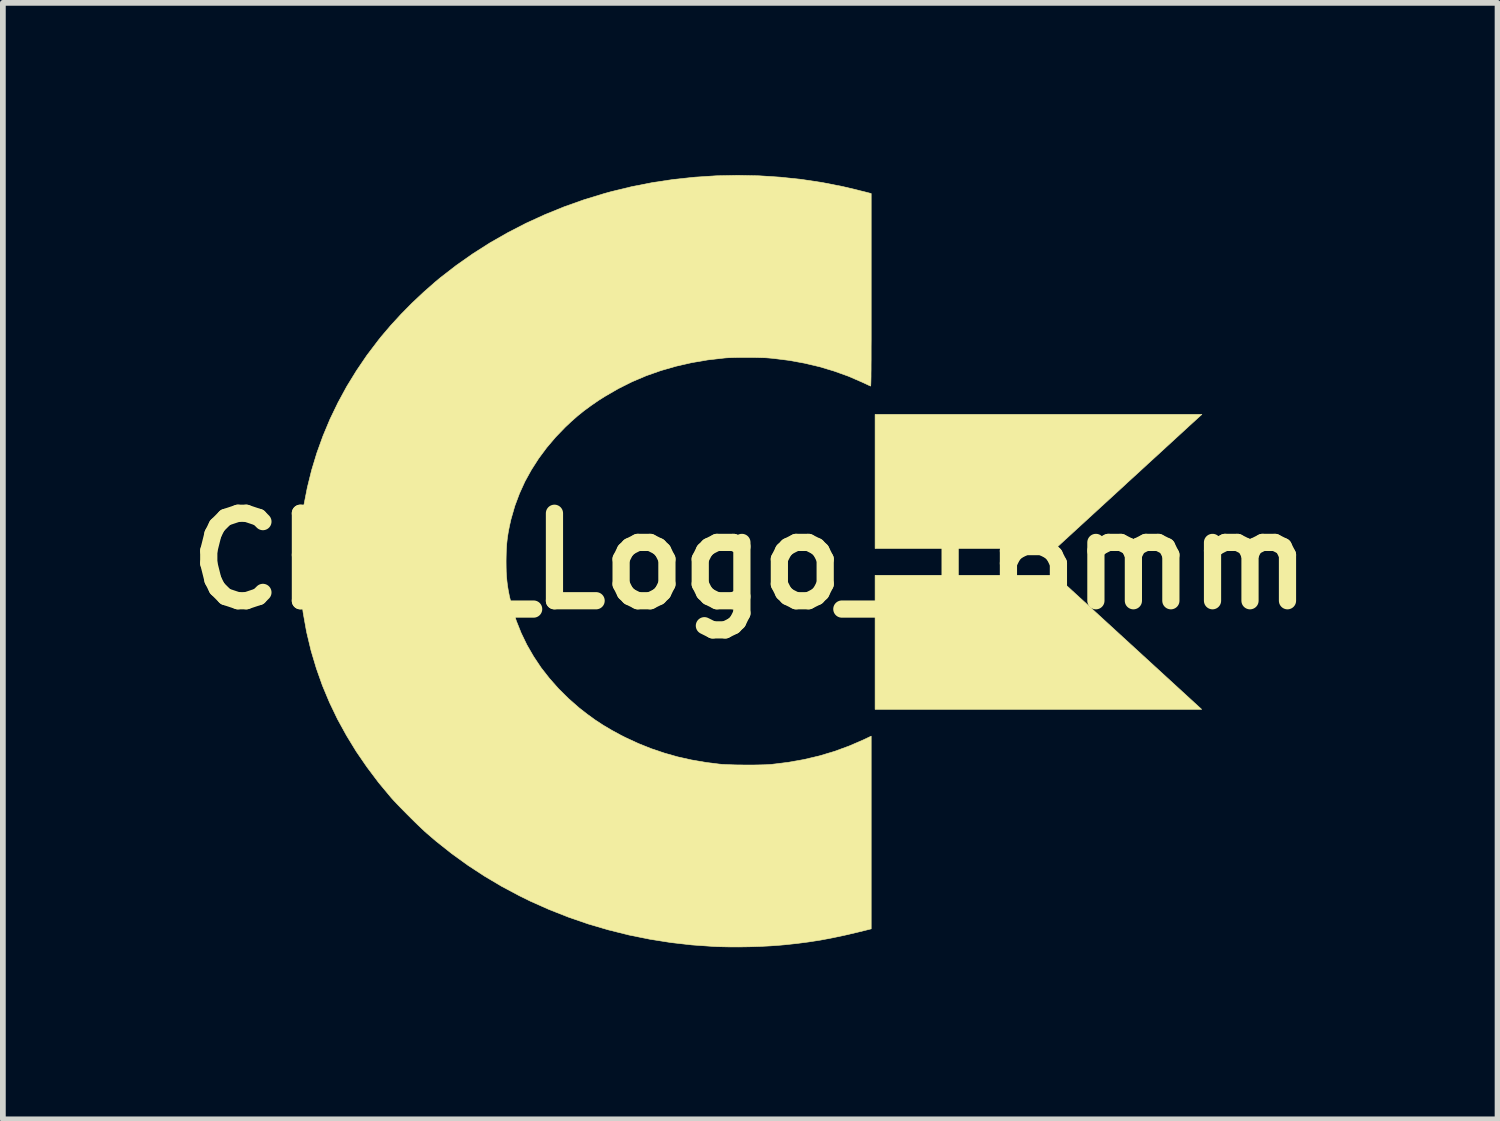
<source format=kicad_pcb>
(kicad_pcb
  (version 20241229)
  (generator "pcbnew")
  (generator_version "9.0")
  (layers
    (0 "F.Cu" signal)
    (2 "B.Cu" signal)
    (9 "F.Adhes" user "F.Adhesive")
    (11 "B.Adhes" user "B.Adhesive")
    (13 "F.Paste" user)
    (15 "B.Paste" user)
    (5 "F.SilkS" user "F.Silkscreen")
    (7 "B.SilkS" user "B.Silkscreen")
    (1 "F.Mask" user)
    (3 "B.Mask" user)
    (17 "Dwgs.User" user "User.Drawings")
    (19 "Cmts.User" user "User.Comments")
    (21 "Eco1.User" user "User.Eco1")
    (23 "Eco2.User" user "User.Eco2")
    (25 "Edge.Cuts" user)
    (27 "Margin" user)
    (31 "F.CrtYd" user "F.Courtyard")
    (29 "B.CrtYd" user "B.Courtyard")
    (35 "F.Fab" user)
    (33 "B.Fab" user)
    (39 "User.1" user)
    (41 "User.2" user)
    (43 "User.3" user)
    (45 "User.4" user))
  (footprint "CBM_Logo_16mm"
    (layer "F.Cu")
    (at 10.022 6.728)
    (property "Reference" "CBM_Logo_16mm" (at 0 0 0) (layer "F.SilkS") (effects (font (size 1.524 1.524) (thickness 0.3))))
    (attr through_hole)
    (fp_poly (pts (xy 7.866 2.582) (xy 2.176 2.582) (xy 2.176 0.246) (xy 5.317 0.246) (xy 7.866 2.582)) (stroke (width 0.01) (type solid)) (fill yes) (layer "F.SilkS"))
    (fp_poly (pts (xy 5.023 -2.557) (xy 7.87 -2.557) (xy 7.819 -2.511) (xy 7.808 -2.501) (xy 7.785 -2.48) (xy 7.75 -2.448) (xy 7.705 -2.407) (xy 7.65 -2.357) (xy 7.586 -2.298) (xy 7.513 -2.231) (xy 7.432 -2.157) (xy 7.344 -2.076) (xy 7.248 -1.988) (xy 7.147 -1.895) (xy 7.04 -1.797) (xy 6.928 -1.695) (xy 6.812 -1.588) (xy 6.692 -1.478) (xy 6.569 -1.366) (xy 6.545 -1.343) (xy 5.321 -0.221) (xy 3.749 -0.22) (xy 2.176 -0.22) (xy 2.176 -2.557) (xy 5.023 -2.557)) (stroke (width 0.01) (type solid)) (fill yes) (layer "F.SilkS"))
    (fp_poly (pts (xy 0.154 -6.715) (xy 0.524 -6.691) (xy 0.893 -6.652) (xy 1.258 -6.597) (xy 1.619 -6.526) (xy 1.867 -6.467) (xy 1.921 -6.453) (xy 1.971 -6.441) (xy 2.015 -6.43) (xy 2.049 -6.421) (xy 2.07 -6.416) (xy 2.072 -6.415) (xy 2.108 -6.406) (xy 2.108 -4.726) (xy 2.108 -4.521) (xy 2.108 -4.333) (xy 2.108 -4.16) (xy 2.108 -4.002) (xy 2.108 -3.858) (xy 2.107 -3.729) (xy 2.107 -3.613) (xy 2.107 -3.51) (xy 2.106 -3.419) (xy 2.106 -3.34) (xy 2.105 -3.272) (xy 2.105 -3.214) (xy 2.104 -3.166) (xy 2.103 -3.127) (xy 2.102 -3.097) (xy 2.101 -3.075) (xy 2.1 -3.06) (xy 2.099 -3.052) (xy 2.098 -3.051) (xy 2.087 -3.056) (xy 2.063 -3.066) (xy 2.03 -3.082) (xy 1.989 -3.101) (xy 1.952 -3.118) (xy 1.71 -3.223) (xy 1.462 -3.312) (xy 1.208 -3.388) (xy 0.946 -3.45) (xy 0.676 -3.499) (xy 0.396 -3.534) (xy 0.326 -3.54) (xy 0.276 -3.544) (xy 0.212 -3.546) (xy 0.138 -3.548) (xy 0.056 -3.55) (xy -0.03 -3.55) (xy -0.117 -3.55) (xy -0.202 -3.55) (xy -0.282 -3.548) (xy -0.353 -3.546) (xy -0.413 -3.543) (xy -0.449 -3.54) (xy -0.739 -3.507) (xy -1.02 -3.459) (xy -1.292 -3.397) (xy -1.556 -3.321) (xy -1.812 -3.231) (xy -2.059 -3.126) (xy -2.299 -3.006) (xy -2.532 -2.871) (xy -2.646 -2.799) (xy -2.776 -2.709) (xy -2.896 -2.621) (xy -3.009 -2.53) (xy -3.12 -2.432) (xy -3.221 -2.337) (xy -3.391 -2.161) (xy -3.547 -1.977) (xy -3.688 -1.787) (xy -3.814 -1.59) (xy -3.926 -1.387) (xy -4.021 -1.178) (xy -4.101 -0.964) (xy -4.164 -0.746) (xy -4.169 -0.728) (xy -4.195 -0.612) (xy -4.216 -0.505) (xy -4.232 -0.402) (xy -4.243 -0.298) (xy -4.25 -0.189) (xy -4.253 -0.07) (xy -4.254 0) (xy -4.253 0.101) (xy -4.251 0.19) (xy -4.246 0.271) (xy -4.239 0.346) (xy -4.23 0.422) (xy -4.217 0.502) (xy -4.2 0.59) (xy -4.199 0.597) (xy -4.145 0.82) (xy -4.076 1.039) (xy -3.991 1.252) (xy -3.891 1.459) (xy -3.775 1.66) (xy -3.645 1.855) (xy -3.499 2.042) (xy -3.34 2.222) (xy -3.166 2.394) (xy -2.979 2.558) (xy -2.843 2.664) (xy -2.704 2.765) (xy -2.562 2.858) (xy -2.413 2.946) (xy -2.255 3.032) (xy -2.172 3.074) (xy -1.949 3.177) (xy -1.724 3.267) (xy -1.496 3.344) (xy -1.263 3.41) (xy -1.021 3.464) (xy -0.77 3.507) (xy -0.538 3.536) (xy -0.485 3.541) (xy -0.419 3.544) (xy -0.341 3.547) (xy -0.255 3.55) (xy -0.164 3.551) (xy -0.07 3.552) (xy 0.023 3.552) (xy 0.114 3.551) (xy 0.198 3.549) (xy 0.273 3.547) (xy 0.336 3.543) (xy 0.368 3.541) (xy 0.655 3.506) (xy 0.933 3.457) (xy 1.205 3.393) (xy 1.469 3.314) (xy 1.728 3.219) (xy 1.982 3.109) (xy 1.996 3.102) (xy 2.108 3.049) (xy 2.108 6.407) (xy 1.865 6.467) (xy 1.642 6.519) (xy 1.429 6.564) (xy 1.223 6.603) (xy 1.017 6.635) (xy 0.809 6.662) (xy 0.592 6.685) (xy 0.512 6.692) (xy 0.346 6.704) (xy 0.169 6.713) (xy -0.016 6.719) (xy -0.202 6.722) (xy -0.384 6.721) (xy -0.558 6.717) (xy -0.643 6.713) (xy -1.015 6.687) (xy -1.384 6.645) (xy -1.75 6.587) (xy -2.112 6.514) (xy -2.469 6.425) (xy -2.821 6.322) (xy -3.166 6.203) (xy -3.504 6.07) (xy -3.834 5.923) (xy -4.017 5.833) (xy -4.329 5.667) (xy -4.629 5.489) (xy -4.918 5.3) (xy -5.199 5.097) (xy -5.473 4.88) (xy -5.626 4.749) (xy -5.668 4.712) (xy -5.718 4.665) (xy -5.776 4.61) (xy -5.839 4.549) (xy -5.905 4.484) (xy -5.972 4.417) (xy -6.037 4.351) (xy -6.099 4.288) (xy -6.156 4.229) (xy -6.205 4.177) (xy -6.244 4.134) (xy -6.254 4.123) (xy -6.474 3.859) (xy -6.677 3.589) (xy -6.865 3.315) (xy -7.036 3.035) (xy -7.192 2.751) (xy -7.331 2.461) (xy -7.454 2.167) (xy -7.56 1.867) (xy -7.651 1.563) (xy -7.725 1.254) (xy -7.734 1.211) (xy -7.79 0.897) (xy -7.829 0.583) (xy -7.852 0.268) (xy -7.857 -0.045) (xy -7.847 -0.357) (xy -7.82 -0.668) (xy -7.777 -0.977) (xy -7.717 -1.283) (xy -7.642 -1.586) (xy -7.551 -1.886) (xy -7.444 -2.182) (xy -7.322 -2.474) (xy -7.184 -2.76) (xy -7.031 -3.042) (xy -6.862 -3.317) (xy -6.679 -3.587) (xy -6.48 -3.849) (xy -6.43 -3.912) (xy -6.263 -4.108) (xy -6.082 -4.305) (xy -5.892 -4.498) (xy -5.694 -4.684) (xy -5.494 -4.86) (xy -5.402 -4.937) (xy -5.123 -5.153) (xy -4.834 -5.356) (xy -4.534 -5.547) (xy -4.224 -5.724) (xy -3.904 -5.889) (xy -3.576 -6.039) (xy -3.241 -6.175) (xy -2.898 -6.297) (xy -2.548 -6.404) (xy -2.421 -6.439) (xy -2.063 -6.526) (xy -1.7 -6.597) (xy -1.332 -6.652) (xy -0.962 -6.691) (xy -0.591 -6.715) (xy -0.218 -6.723) (xy 0.154 -6.715)) (stroke (width 0.01) (type solid)) (fill yes) (layer "F.SilkS")))
  (gr_rect
    (start -3 -3)
    (end 23.044 16.454)
    (stroke (width 0.1) (type default))
    (fill no)
    (layer "Edge.Cuts")))
</source>
